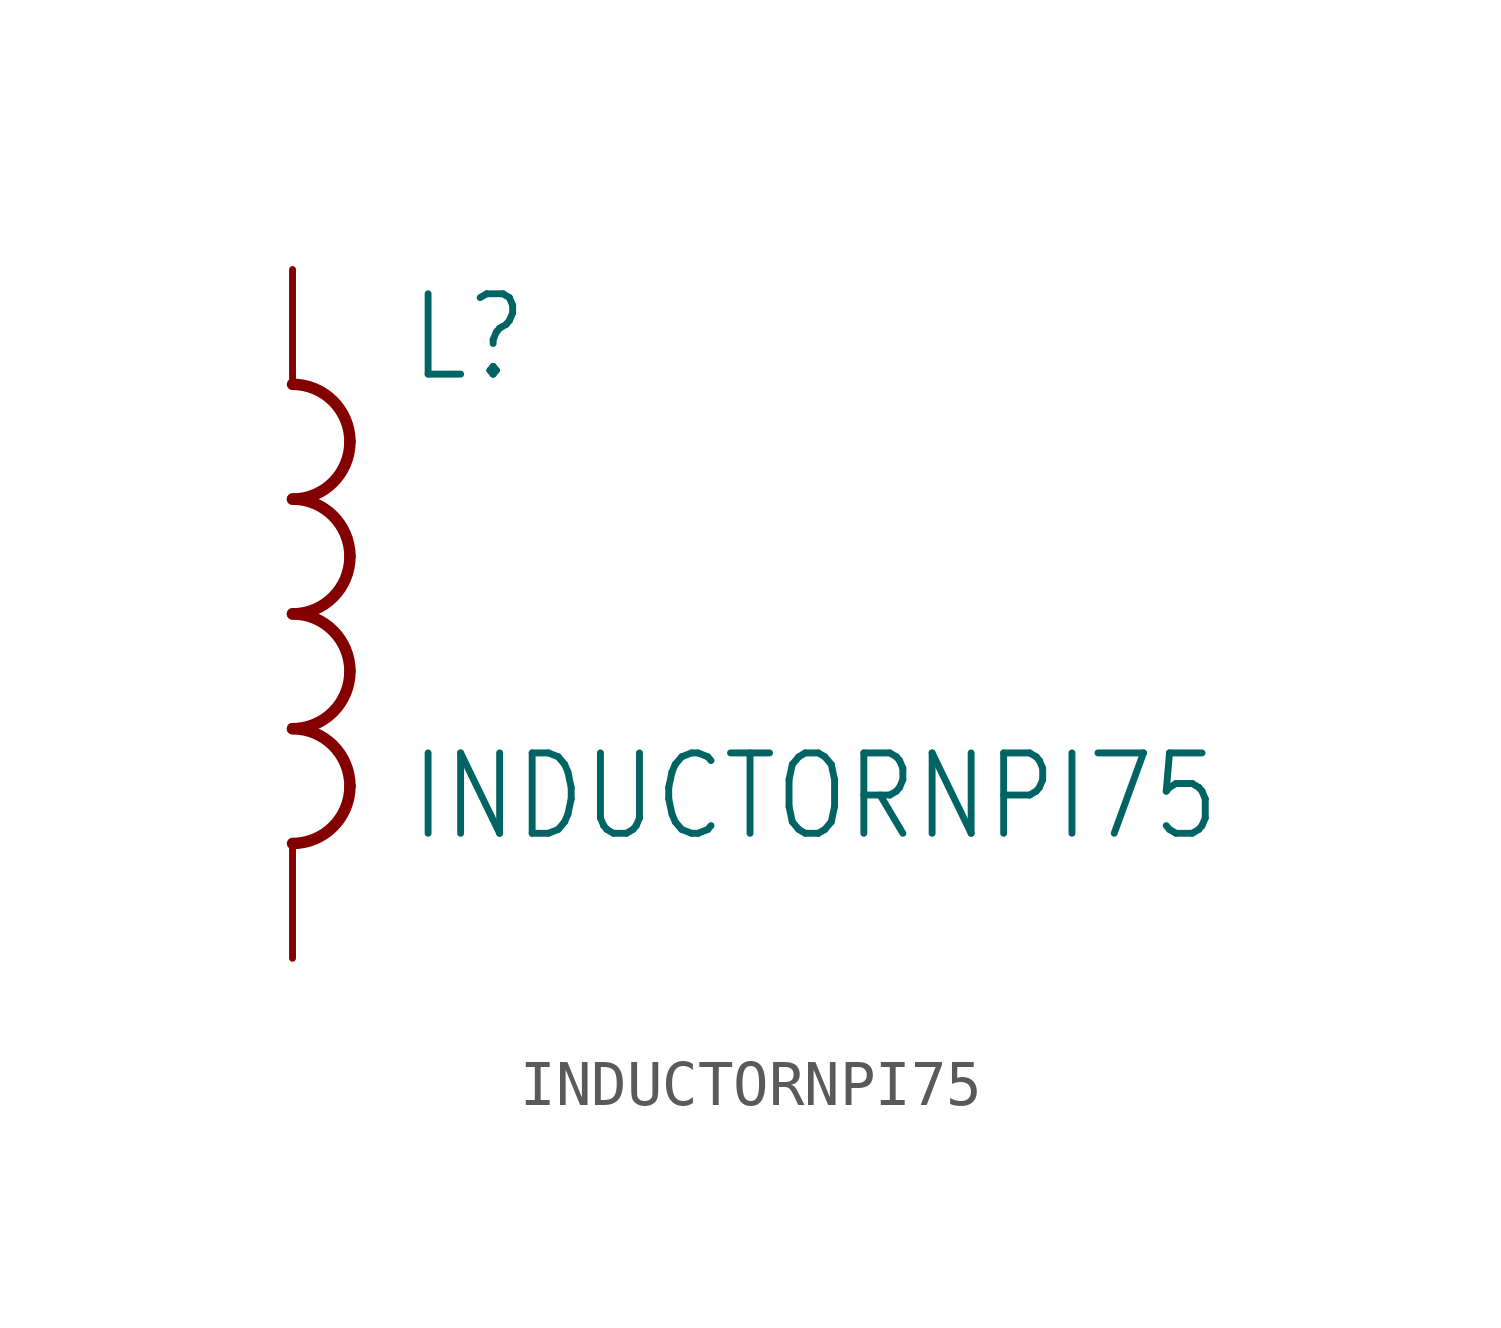
<source format=kicad_sym>
(kicad_symbol_lib
  (version 20211014)
  (generator kicad_symbol_editor)
  (symbol "INDUCTORNPI75"
    (property "Reference" "L"
      (at 2.54 5.08 0)
      (effects (font (size 1.778 1.511)) (justify left bottom)))
    (property "Value" "INDUCTORNPI75"
      (at 2.54 -5.08 0)
      (effects (font (size 1.778 1.511)) (justify left bottom)))
    (property "ki_locked" ""
      (at 0 0 0)
      (effects (font (size 1.27 1.27))))
    (symbol "INDUCTORNPI75_1_0"
      (arc (start 0 -5.08) (mid 0.898 -4.708) (end 1.27 -3.81) (stroke (width 0.254) (type default) (color 0 0 0 0)) (fill (type none)))
      (arc (start 0 -2.54) (mid 0.898 -2.168) (end 1.27 -1.27) (stroke (width 0.254) (type default) (color 0 0 0 0)) (fill (type none)))
      (arc (start 0 0) (mid 0.898 0.372) (end 1.27 1.27) (stroke (width 0.254) (type default) (color 0 0 0 0)) (fill (type none)))
      (arc (start 0 2.54) (mid 0.898 2.912) (end 1.27 3.81) (stroke (width 0.254) (type default) (color 0 0 0 0)) (fill (type none)))
      (arc (start 1.27 -3.81) (mid 0.898 -2.912) (end 0 -2.54) (stroke (width 0.254) (type default) (color 0 0 0 0)) (fill (type none)))
      (arc (start 1.27 -1.27) (mid 0.898 -0.372) (end 0 0) (stroke (width 0.254) (type default) (color 0 0 0 0)) (fill (type none)))
      (arc (start 1.27 1.27) (mid 0.898 2.168) (end 0 2.54) (stroke (width 0.254) (type default) (color 0 0 0 0)) (fill (type none)))
      (arc (start 1.27 3.81) (mid 0.898 4.708) (end 0 5.08) (stroke (width 0.254) (type default) (color 0 0 0 0)) (fill (type none)))
      (pin passive line (at 0 7.62 270) (length 2.54) (name "1" (effects (font (size 0 0)))) (number "1" (effects (font (size 0 0)))))
      (pin passive line (at 0 -7.62 90) (length 2.54) (name "2" (effects (font (size 0 0)))) (number "2" (effects (font (size 0 0))))))))
</source>
